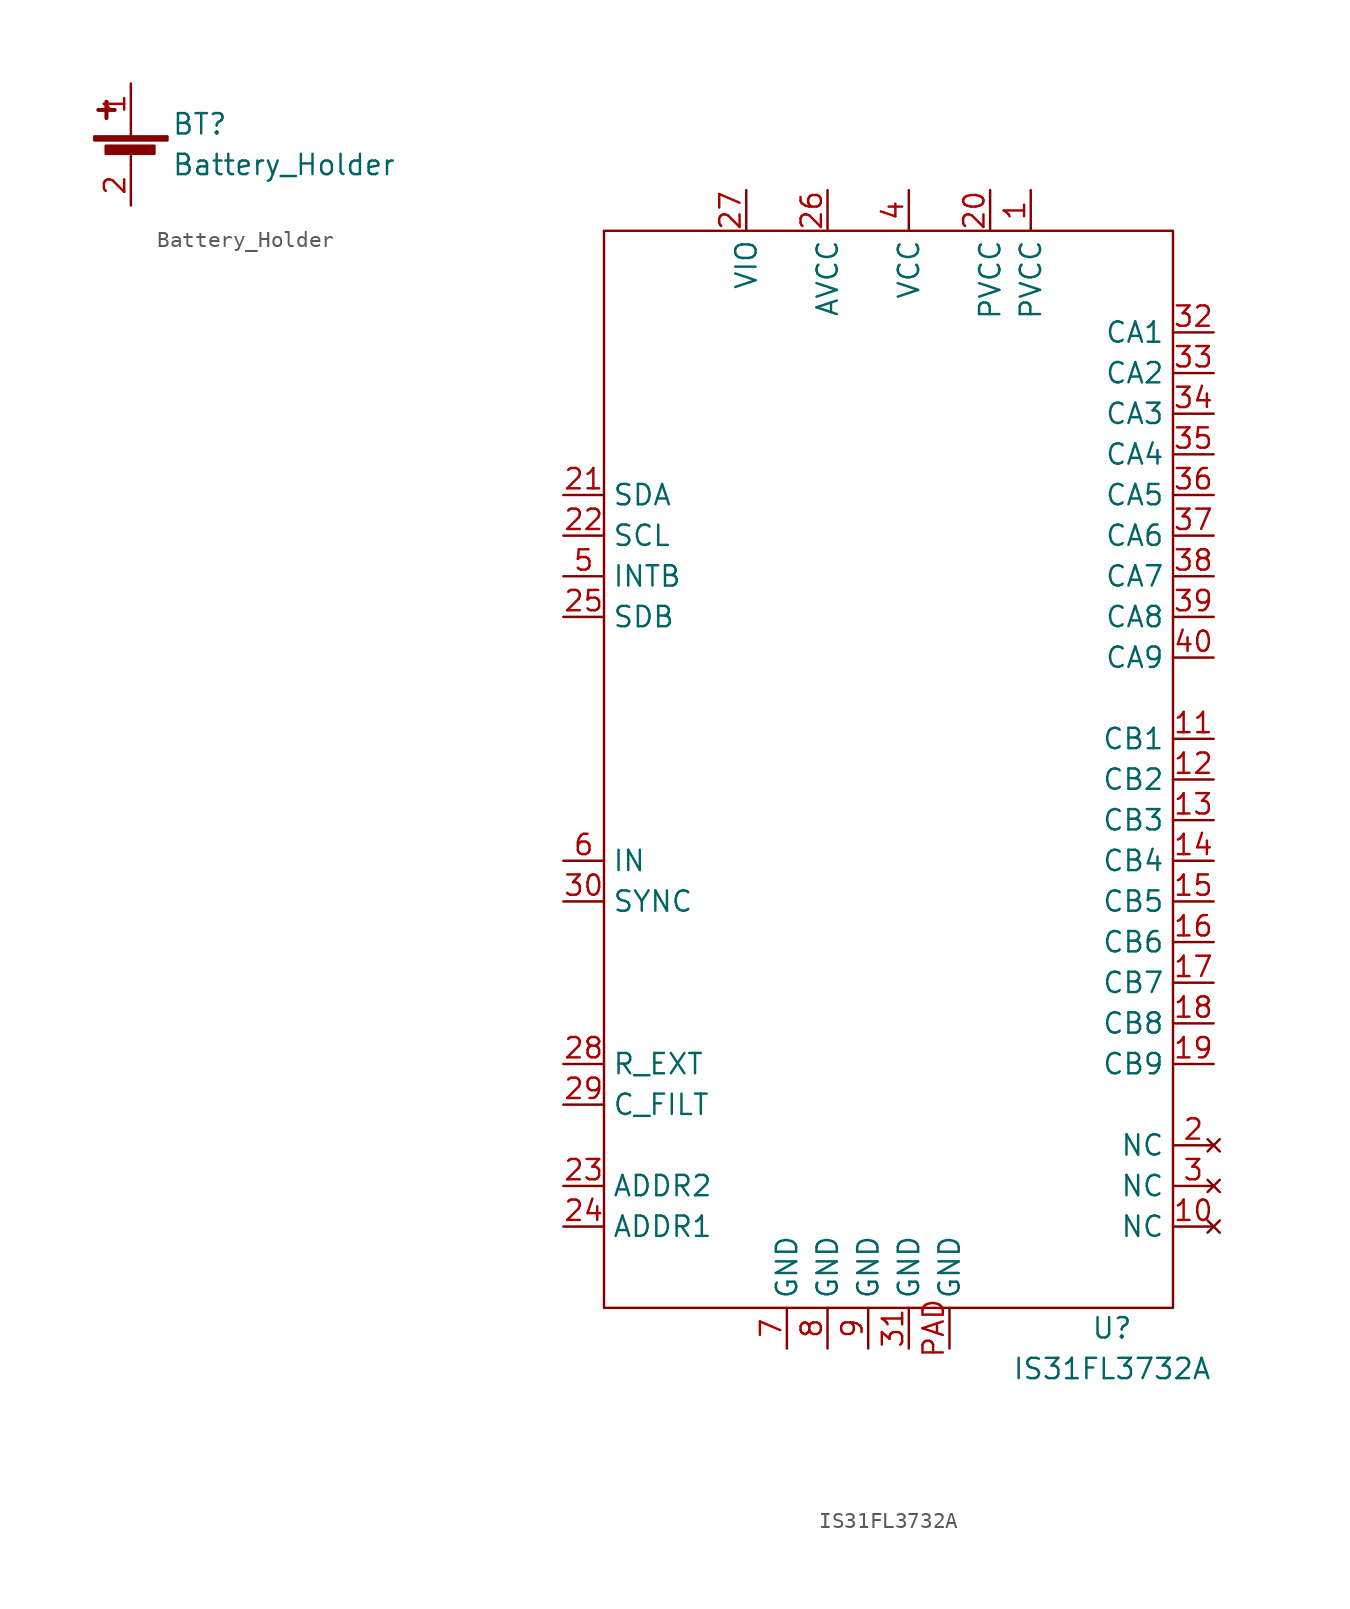
<source format=kicad_sym>
(kicad_symbol_lib
  (version 20211014)
  (generator kicad_symbol_editor)
  (symbol "Battery_Holder"
    (pin_names
      (offset 0) hide)
    (property "Reference" "BT"
      (at 2.54 2.54 0)
      (effects (font (size 1.27 1.27)) (justify left)))
    (property "Value" "Battery_Holder"
      (at 2.54 0 0)
      (effects (font (size 1.27 1.27)) (justify left)))
    (symbol "Battery_Holder_0_1"
      (rectangle (start -2.286 1.778) (end 2.286 1.524) (stroke (width 0) (type default) (color 0 0 0 0)) (fill (type outline)))
      (rectangle (start -1.575 1.194) (end 1.473 0.686) (stroke (width 0) (type default) (color 0 0 0 0)) (fill (type outline)))
      (polyline (pts (xy -2.032 3.429) (xy -1.016 3.429)) (stroke (width 0.254) (type default) (color 0 0 0 0)) (fill (type none)))
      (polyline (pts (xy -1.524 3.937) (xy -1.524 2.921)) (stroke (width 0.254) (type default) (color 0 0 0 0)) (fill (type none)))
      (polyline (pts (xy 0 0.762) (xy 0 0)) (stroke (width 0) (type default) (color 0 0 0 0)) (fill (type none)))
      (polyline (pts (xy 0 1.778) (xy 0 2.54)) (stroke (width 0) (type default) (color 0 0 0 0)) (fill (type none))))
    (symbol "Battery_Holder_1_1"
      (pin passive line (at 0 5.08 270) (length 2.54) (name "+" (effects (font (size 1.27 1.27)))) (number "1" (effects (font (size 1.27 1.27)))))
      (pin passive line (at 0 -2.54 90) (length 2.54) (name "-" (effects (font (size 1.27 1.27)))) (number "2" (effects (font (size 1.27 1.27)))))))
  (symbol "IS31FL3732A"
    (property "Reference" "U"
      (at 15.24 -39.37 0)
      (effects (font (size 1.27 1.27))))
    (property "Value" "IS31FL3732A"
      (at 15.24 -41.91 0)
      (effects (font (size 1.27 1.27))))
    (symbol "IS31FL3732A_0_0"
      (pin power_in line (at 10.16 31.75 270) (length 2.54) (name "PVCC" (effects (font (size 1.27 1.27)))) (number "1" (effects (font (size 1.27 1.27)))))
      (pin no_connect line (at 21.59 -33.02 180) (length 2.54) (name "NC" (effects (font (size 1.27 1.27)))) (number "10" (effects (font (size 1.27 1.27)))))
      (pin tri_state line (at 21.59 -2.54 180) (length 2.54) (name "CB1" (effects (font (size 1.27 1.27)))) (number "11" (effects (font (size 1.27 1.27)))))
      (pin tri_state line (at 21.59 -5.08 180) (length 2.54) (name "CB2" (effects (font (size 1.27 1.27)))) (number "12" (effects (font (size 1.27 1.27)))))
      (pin tri_state line (at 21.59 -7.62 180) (length 2.54) (name "CB3" (effects (font (size 1.27 1.27)))) (number "13" (effects (font (size 1.27 1.27)))))
      (pin tri_state line (at 21.59 -10.16 180) (length 2.54) (name "CB4" (effects (font (size 1.27 1.27)))) (number "14" (effects (font (size 1.27 1.27)))))
      (pin tri_state line (at 21.59 -12.7 180) (length 2.54) (name "CB5" (effects (font (size 1.27 1.27)))) (number "15" (effects (font (size 1.27 1.27)))))
      (pin tri_state line (at 21.59 -15.24 180) (length 2.54) (name "CB6" (effects (font (size 1.27 1.27)))) (number "16" (effects (font (size 1.27 1.27)))))
      (pin tri_state line (at 21.59 -17.78 180) (length 2.54) (name "CB7" (effects (font (size 1.27 1.27)))) (number "17" (effects (font (size 1.27 1.27)))))
      (pin tri_state line (at 21.59 -20.32 180) (length 2.54) (name "CB8" (effects (font (size 1.27 1.27)))) (number "18" (effects (font (size 1.27 1.27)))))
      (pin tri_state line (at 21.59 -22.86 180) (length 2.54) (name "CB9" (effects (font (size 1.27 1.27)))) (number "19" (effects (font (size 1.27 1.27)))))
      (pin no_connect line (at 21.59 -27.94 180) (length 2.54) (name "NC" (effects (font (size 1.27 1.27)))) (number "2" (effects (font (size 1.27 1.27)))))
      (pin power_in line (at 7.62 31.75 270) (length 2.54) (name "PVCC" (effects (font (size 1.27 1.27)))) (number "20" (effects (font (size 1.27 1.27)))))
      (pin bidirectional line (at -19.05 12.7 0) (length 2.54) (name "SDA" (effects (font (size 1.27 1.27)))) (number "21" (effects (font (size 1.27 1.27)))))
      (pin input line (at -19.05 10.16 0) (length 2.54) (name "SCL" (effects (font (size 1.27 1.27)))) (number "22" (effects (font (size 1.27 1.27)))))
      (pin input line (at -19.05 -30.48 0) (length 2.54) (name "ADDR2" (effects (font (size 1.27 1.27)))) (number "23" (effects (font (size 1.27 1.27)))))
      (pin input line (at -19.05 -33.02 0) (length 2.54) (name "ADDR1" (effects (font (size 1.27 1.27)))) (number "24" (effects (font (size 1.27 1.27)))))
      (pin bidirectional line (at -19.05 5.08 0) (length 2.54) (name "SDB" (effects (font (size 1.27 1.27)))) (number "25" (effects (font (size 1.27 1.27)))))
      (pin power_in line (at -2.54 31.75 270) (length 2.54) (name "AVCC" (effects (font (size 1.27 1.27)))) (number "26" (effects (font (size 1.27 1.27)))))
      (pin power_in line (at -7.62 31.75 270) (length 2.54) (name "VIO" (effects (font (size 1.27 1.27)))) (number "27" (effects (font (size 1.27 1.27)))))
      (pin input line (at -19.05 -22.86 0) (length 2.54) (name "R_EXT" (effects (font (size 1.27 1.27)))) (number "28" (effects (font (size 1.27 1.27)))))
      (pin input line (at -19.05 -25.4 0) (length 2.54) (name "C_FILT" (effects (font (size 1.27 1.27)))) (number "29" (effects (font (size 1.27 1.27)))))
      (pin no_connect line (at 21.59 -30.48 180) (length 2.54) (name "NC" (effects (font (size 1.27 1.27)))) (number "3" (effects (font (size 1.27 1.27)))))
      (pin bidirectional line (at -19.05 -12.7 0) (length 2.54) (name "SYNC" (effects (font (size 1.27 1.27)))) (number "30" (effects (font (size 1.27 1.27)))))
      (pin power_in line (at 2.54 -40.64 90) (length 2.54) (name "GND" (effects (font (size 1.27 1.27)))) (number "31" (effects (font (size 1.27 1.27)))))
      (pin tri_state line (at 21.59 22.86 180) (length 2.54) (name "CA1" (effects (font (size 1.27 1.27)))) (number "32" (effects (font (size 1.27 1.27)))))
      (pin tri_state line (at 21.59 20.32 180) (length 2.54) (name "CA2" (effects (font (size 1.27 1.27)))) (number "33" (effects (font (size 1.27 1.27)))))
      (pin tri_state line (at 21.59 17.78 180) (length 2.54) (name "CA3" (effects (font (size 1.27 1.27)))) (number "34" (effects (font (size 1.27 1.27)))))
      (pin tri_state line (at 21.59 15.24 180) (length 2.54) (name "CA4" (effects (font (size 1.27 1.27)))) (number "35" (effects (font (size 1.27 1.27)))))
      (pin tri_state line (at 21.59 12.7 180) (length 2.54) (name "CA5" (effects (font (size 1.27 1.27)))) (number "36" (effects (font (size 1.27 1.27)))))
      (pin tri_state line (at 21.59 10.16 180) (length 2.54) (name "CA6" (effects (font (size 1.27 1.27)))) (number "37" (effects (font (size 1.27 1.27)))))
      (pin tri_state line (at 21.59 7.62 180) (length 2.54) (name "CA7" (effects (font (size 1.27 1.27)))) (number "38" (effects (font (size 1.27 1.27)))))
      (pin tri_state line (at 21.59 5.08 180) (length 2.54) (name "CA8" (effects (font (size 1.27 1.27)))) (number "39" (effects (font (size 1.27 1.27)))))
      (pin power_in line (at 2.54 31.75 270) (length 2.54) (name "VCC" (effects (font (size 1.27 1.27)))) (number "4" (effects (font (size 1.27 1.27)))))
      (pin tri_state line (at 21.59 2.54 180) (length 2.54) (name "CA9" (effects (font (size 1.27 1.27)))) (number "40" (effects (font (size 1.27 1.27)))))
      (pin bidirectional line (at -19.05 7.62 0) (length 2.54) (name "INTB" (effects (font (size 1.27 1.27)))) (number "5" (effects (font (size 1.27 1.27)))))
      (pin bidirectional line (at -19.05 -10.16 0) (length 2.54) (name "IN" (effects (font (size 1.27 1.27)))) (number "6" (effects (font (size 1.27 1.27)))))
      (pin power_in line (at -5.08 -40.64 90) (length 2.54) (name "GND" (effects (font (size 1.27 1.27)))) (number "7" (effects (font (size 1.27 1.27)))))
      (pin power_in line (at -2.54 -40.64 90) (length 2.54) (name "GND" (effects (font (size 1.27 1.27)))) (number "8" (effects (font (size 1.27 1.27)))))
      (pin power_in line (at 0 -40.64 90) (length 2.54) (name "GND" (effects (font (size 1.27 1.27)))) (number "9" (effects (font (size 1.27 1.27)))))
      (pin power_in line (at 5.08 -40.64 90) (length 2.54) (name "GND" (effects (font (size 1.27 1.27)))) (number "PAD" (effects (font (size 1.27 1.27))))))
    (symbol "IS31FL3732A_0_1"
      (rectangle (start -16.51 29.21) (end 19.05 -38.1) (stroke (width 0) (type default) (color 0 0 0 0)) (fill (type none))))))
</source>
